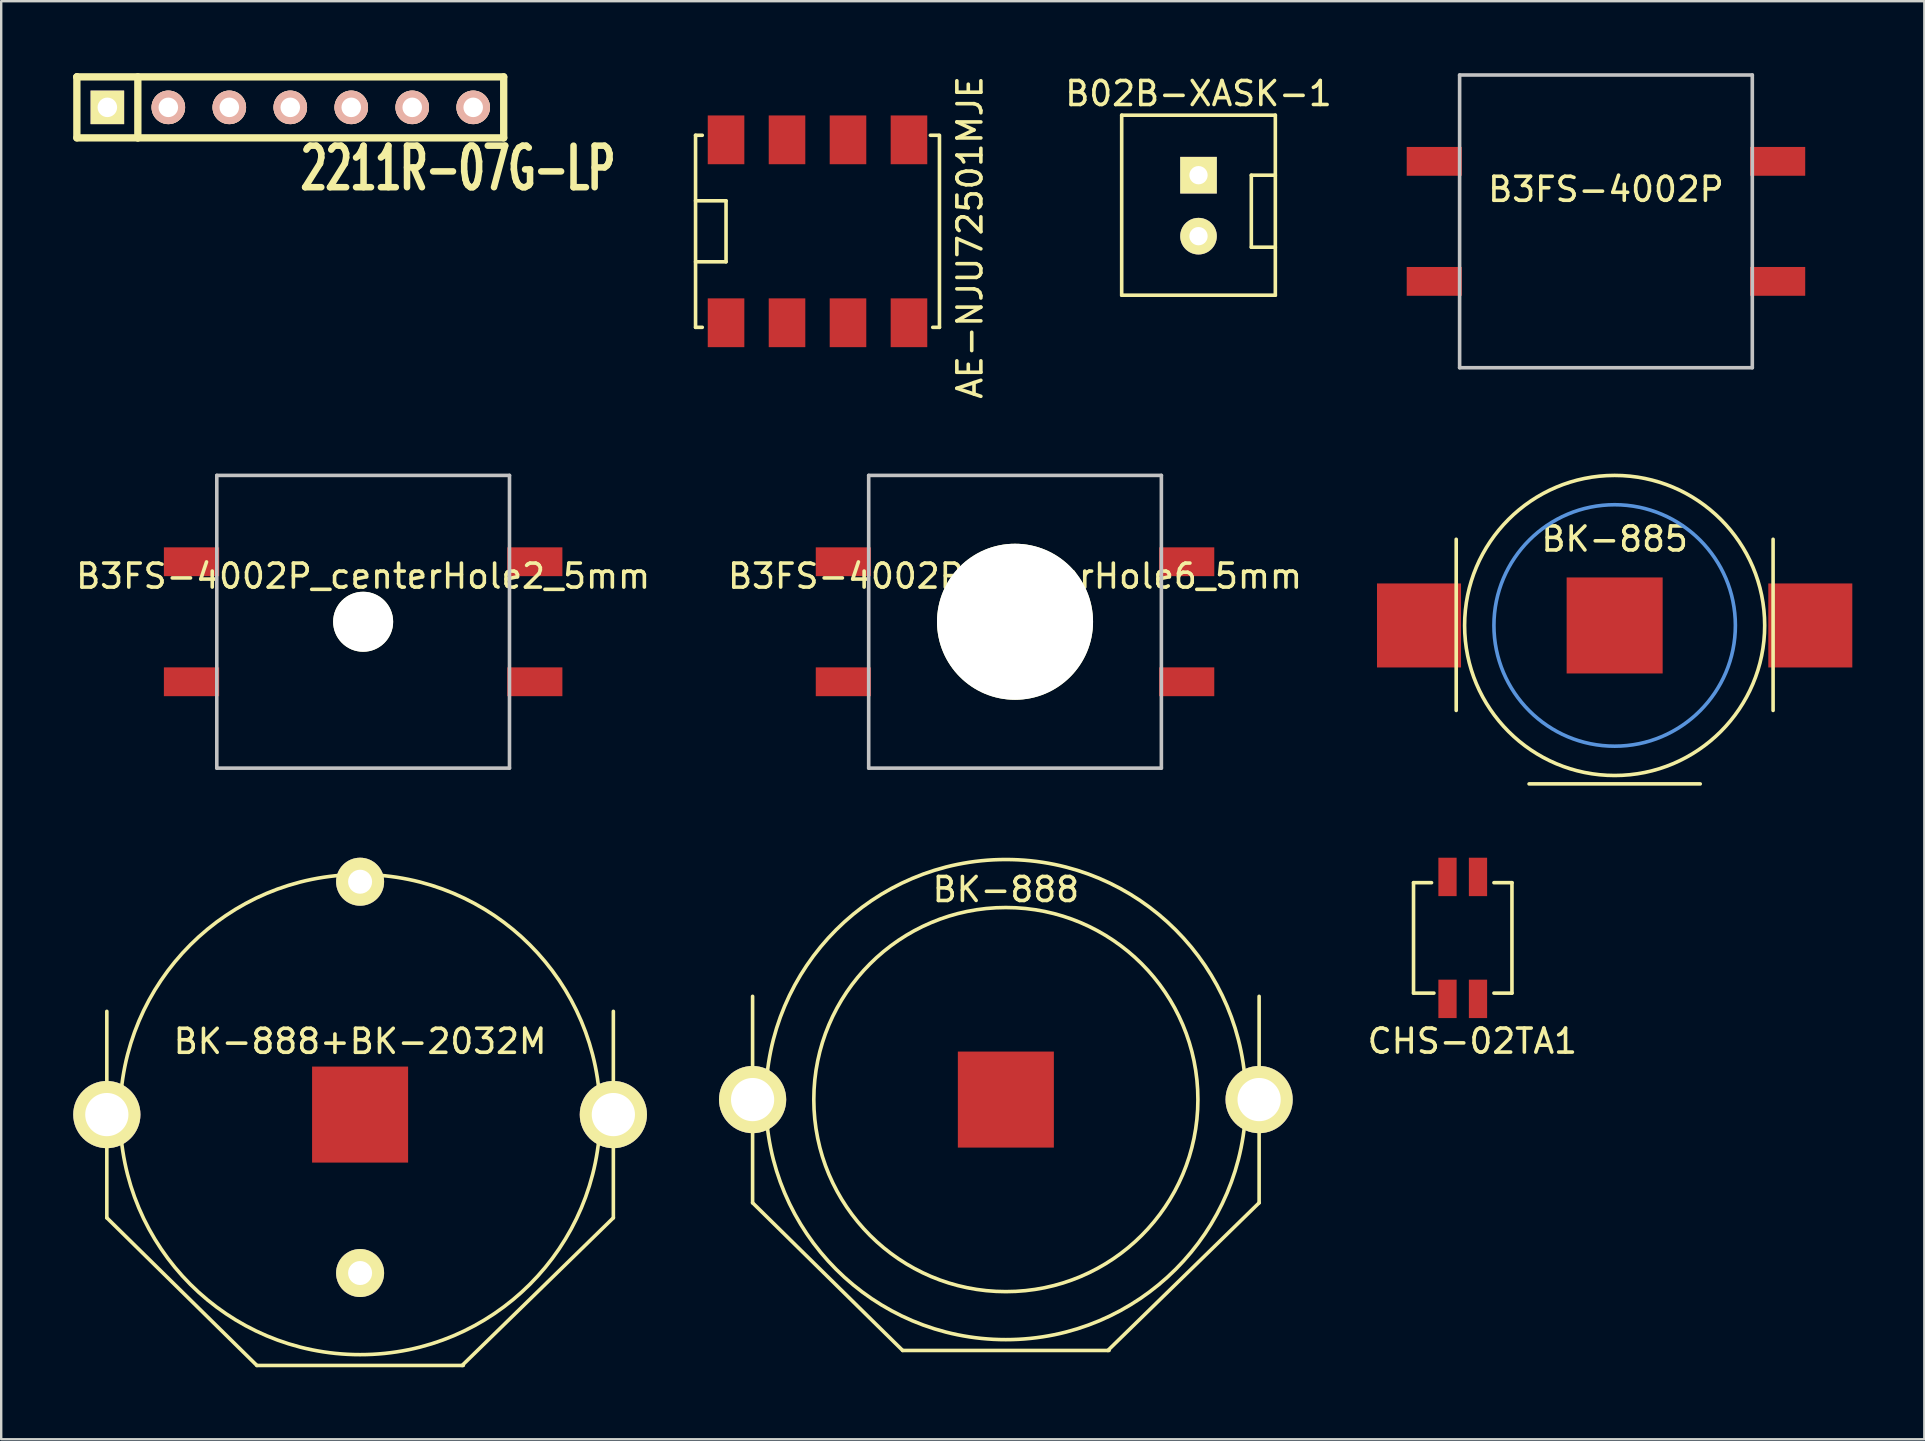
<source format=kicad_pcb>
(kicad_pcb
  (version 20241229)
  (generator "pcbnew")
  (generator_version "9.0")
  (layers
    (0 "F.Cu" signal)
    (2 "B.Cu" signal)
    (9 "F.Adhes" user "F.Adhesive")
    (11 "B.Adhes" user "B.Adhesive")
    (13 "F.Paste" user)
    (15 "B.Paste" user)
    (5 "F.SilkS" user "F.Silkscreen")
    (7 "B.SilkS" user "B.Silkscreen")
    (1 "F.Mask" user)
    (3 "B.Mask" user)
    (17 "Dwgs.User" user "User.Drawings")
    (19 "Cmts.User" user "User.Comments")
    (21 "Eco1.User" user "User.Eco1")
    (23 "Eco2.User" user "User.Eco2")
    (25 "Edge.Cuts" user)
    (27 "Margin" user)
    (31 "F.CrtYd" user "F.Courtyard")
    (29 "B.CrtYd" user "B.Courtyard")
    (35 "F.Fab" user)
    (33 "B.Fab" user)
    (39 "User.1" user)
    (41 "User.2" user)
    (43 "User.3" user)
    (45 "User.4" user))
  (footprint "AE-NJU72501MJE"
    (layer "F.Cu")
    (at 31.004 6.585)
    (property "Reference" "AE-NJU72501MJE" (at 6.35 0.254 90) (layer "F.SilkS") (effects (font (size 1 1) (thickness 0.15))))
    (attr smd)
    (fp_line (start -5.08 -4) (end -5.08 4) (stroke (width 0.15) (type solid)) (layer "F.SilkS"))
    (fp_line (start -5.08 -1.27) (end -3.81 -1.27) (stroke (width 0.15) (type solid)) (layer "F.SilkS"))
    (fp_line (start -5.08 4) (end -4.8 4) (stroke (width 0.15) (type solid)) (layer "F.SilkS"))
    (fp_line (start -4.8 -4) (end -5.08 -4) (stroke (width 0.15) (type solid)) (layer "F.SilkS"))
    (fp_line (start -3.81 -1.27) (end -3.81 1.27) (stroke (width 0.15) (type solid)) (layer "F.SilkS"))
    (fp_line (start -3.81 1.27) (end -5.08 1.27) (stroke (width 0.15) (type solid)) (layer "F.SilkS"))
    (fp_line (start 4.7 -4) (end 5.04 -4) (stroke (width 0.15) (type solid)) (layer "F.SilkS"))
    (fp_line (start 4.8 4) (end 5.08 4) (stroke (width 0.15) (type solid)) (layer "F.SilkS"))
    (fp_line (start 5.08 4) (end 5.08 -4) (stroke (width 0.15) (type solid)) (layer "F.SilkS"))
    (pad "1" smd rect (at -3.81 3.81) (size 1.524 2.032) (layers "F.Cu" "F.Mask" "F.Paste"))
    (pad "2" smd rect (at -1.27 3.81) (size 1.524 2.032) (layers "F.Cu" "F.Mask" "F.Paste"))
    (pad "3" smd rect (at 1.27 3.81) (size 1.524 2.032) (layers "F.Cu" "F.Mask" "F.Paste"))
    (pad "4" smd rect (at 3.81 3.81) (size 1.524 2.032) (layers "F.Cu" "F.Mask" "F.Paste"))
    (pad "5" smd rect (at 3.81 -3.81) (size 1.524 2.032) (layers "F.Cu" "F.Mask" "F.Paste"))
    (pad "6" smd rect (at 1.27 -3.81) (size 1.524 2.032) (layers "F.Cu" "F.Mask" "F.Paste"))
    (pad "7" smd rect (at -1.27 -3.81) (size 1.524 2.032) (layers "F.Cu" "F.Mask" "F.Paste"))
    (pad "8" smd rect (at -3.81 -3.81) (size 1.524 2.032) (layers "F.Cu" "F.Mask" "F.Paste")))
  (footprint "B02B-XASK-1"
    (layer "F.Cu")
    (at 46.875 4.248)
    (property "Reference" "B02B-XASK-1" (at 0 -3.4 0) (layer "F.SilkS") (effects (font (size 1 1) (thickness 0.15))))
    (attr through_hole)
    (fp_line (start -3.2 -2.5) (end 3.2 -2.5) (stroke (width 0.15) (type solid)) (layer "F.SilkS"))
    (fp_line (start -3.2 5) (end -3.2 -2.5) (stroke (width 0.15) (type solid)) (layer "F.SilkS"))
    (fp_line (start 2.2 0) (end 2.2 3) (stroke (width 0.15) (type solid)) (layer "F.SilkS"))
    (fp_line (start 2.2 3) (end 3.2 3) (stroke (width 0.15) (type solid)) (layer "F.SilkS"))
    (fp_line (start 3.2 -2.5) (end 3.2 5) (stroke (width 0.15) (type solid)) (layer "F.SilkS"))
    (fp_line (start 3.2 0) (end 2.2 0) (stroke (width 0.15) (type solid)) (layer "F.SilkS"))
    (fp_line (start 3.2 5) (end -3.2 5) (stroke (width 0.15) (type solid)) (layer "F.SilkS"))
    (pad "1" thru_hole rect (at 0 0) (size 1.524 1.524) (drill 0.762) (layers "*.Cu" "*.Mask" "F.SilkS"))
    (pad "2" thru_hole circle (at 0 2.54) (size 1.524 1.524) (drill 0.762) (layers "*.Cu" "*.Mask" "F.SilkS")))
  (footprint "B3FS-4002P_centerHole2_5mm"
    (layer "F.Cu")
    (at 12.077 22.85)
    (property "Reference" "B3FS-4002P_centerHole2_5mm" (at 0 -1.9 0) (layer "F.SilkS") (effects (font (size 1 1) (thickness 0.15))))
    (attr through_hole)
    (fp_line (start -6.096 -6.096) (end -6.096 6.096) (stroke (width 0.15) (type solid)) (layer "Dwgs.User"))
    (fp_line (start -6.096 6.096) (end 6.096 6.096) (stroke (width 0.15) (type solid)) (layer "Dwgs.User"))
    (fp_line (start 6.096 -6.096) (end -6.096 -6.096) (stroke (width 0.15) (type solid)) (layer "Dwgs.User"))
    (fp_line (start 6.096 -6.096) (end 6.096 6.096) (stroke (width 0.15) (type solid)) (layer "Dwgs.User"))
    (pad "" np_thru_hole circle (at 0 0) (size 2.5 2.5) (drill 2.5) (layers "*.Cu" "*.Mask" "F.SilkS"))
    (pad "1" smd rect (at -7.15 2.5) (size 2.3 1.2) (layers "F.Cu" "F.Mask" "F.Paste"))
    (pad "1" smd rect (at 7.15 2.5) (size 2.3 1.2) (layers "F.Cu" "F.Mask" "F.Paste"))
    (pad "2" smd rect (at -7.15 -2.5) (size 2.3 1.2) (layers "F.Cu" "F.Mask" "F.Paste"))
    (pad "2" smd rect (at 7.15 -2.5) (size 2.3 1.2) (layers "F.Cu" "F.Mask" "F.Paste")))
  (footprint "B3FS-4002P"
    (layer "F.Cu")
    (at 63.848 6.171)
    (property "Reference" "B3FS-4002P" (at 0 -1.333 0) (layer "F.SilkS") (effects (font (size 1 1) (thickness 0.15))))
    (attr through_hole)
    (fp_line (start -6.096 -6.096) (end -6.096 6.096) (stroke (width 0.15) (type solid)) (layer "Dwgs.User"))
    (fp_line (start -6.096 6.096) (end 6.096 6.096) (stroke (width 0.15) (type solid)) (layer "Dwgs.User"))
    (fp_line (start 6.096 -6.096) (end -6.096 -6.096) (stroke (width 0.15) (type solid)) (layer "Dwgs.User"))
    (fp_line (start 6.096 -6.096) (end 6.096 6.096) (stroke (width 0.15) (type solid)) (layer "Dwgs.User"))
    (pad "1" smd rect (at -7.15 2.5) (size 2.3 1.2) (layers "F.Cu" "F.Mask" "F.Paste"))
    (pad "1" smd rect (at 7.15 2.5) (size 2.3 1.2) (layers "F.Cu" "F.Mask" "F.Paste"))
    (pad "2" smd rect (at -7.15 -2.5) (size 2.3 1.2) (layers "F.Cu" "F.Mask" "F.Paste"))
    (pad "2" smd rect (at 7.15 -2.5) (size 2.3 1.2) (layers "F.Cu" "F.Mask" "F.Paste")))
  (footprint "BK-885"
    (layer "F.Cu")
    (at 64.21 23.004)
    (property "Reference" "BK-885" (at 0 -3.6 0) (layer "F.SilkS") (effects (font (size 1 1) (thickness 0.15))))
    (attr through_hole)
    (fp_line (start -6.6 3.54) (end -6.6 -3.59) (stroke (width 0.15) (type solid)) (layer "F.SilkS"))
    (fp_line (start -3.565 6.6) (end 3.565 6.6) (stroke (width 0.15) (type solid)) (layer "F.SilkS"))
    (fp_line (start 6.6 3.54) (end 6.6 -3.59) (stroke (width 0.15) (type solid)) (layer "F.SilkS"))
    (fp_circle (center 0 0) (end 0 -6.25) (stroke (width 0.15) (type solid)) (fill no) (layer "F.SilkS"))
    (fp_circle (center 0 0) (end 0 5.029) (stroke (width 0.15) (type solid)) (fill no) (layer "Cmts.User"))
    (pad "1" smd rect (at -8.15 0) (size 3.5 3.5) (layers "F.Cu" "F.Mask" "F.Paste"))
    (pad "1" smd rect (at 8.15 0) (size 3.5 3.5) (layers "F.Cu" "F.Mask" "F.Paste"))
    (pad "2" smd rect (at 0 0) (size 4 4) (layers "F.Cu" "F.Mask" "F.Paste")))
  (footprint "BK-888+BK-2032M"
    (layer "F.Cu")
    (at 11.95 43.379)
    (property "Reference" "BK-888+BK-2032M" (at 0 -3.05 0) (layer "F.SilkS") (effects (font (size 1 1) (thickness 0.15))))
    (attr through_hole)
    (fp_line (start -10.55 4.3) (end -10.55 -4.3) (stroke (width 0.15) (type solid)) (layer "F.SilkS"))
    (fp_line (start -10.55 4.3) (end -4.3 10.45) (stroke (width 0.15) (type solid)) (layer "F.SilkS"))
    (fp_line (start -4.3 10.45) (end 4.3 10.45) (stroke (width 0.15) (type solid)) (layer "F.SilkS"))
    (fp_line (start 10.55 4.3) (end 4.25 10.45) (stroke (width 0.15) (type solid)) (layer "F.SilkS"))
    (fp_line (start 10.55 4.3) (end 10.55 -4.3) (stroke (width 0.15) (type solid)) (layer "F.SilkS"))
    (fp_circle (center 0 0) (end 0 -10) (stroke (width 0.15) (type solid)) (fill no) (layer "F.SilkS"))
    (pad "1" thru_hole circle (at -10.55 0) (size 2.8 2.8) (drill 1.8) (layers "*.Cu" "*.Mask" "F.SilkS"))
    (pad "1" thru_hole circle (at 10.55 0) (size 2.8 2.8) (drill 1.8) (layers "*.Cu" "*.Mask" "F.SilkS"))
    (pad "2" thru_hole circle (at 0 -9.7) (size 2 2) (drill 1) (layers "*.Cu" "*.Mask" "F.SilkS"))
    (pad "2" smd rect (at 0 0) (size 4 4) (layers "F.Cu" "F.Mask" "F.Paste"))
    (pad "2" thru_hole circle (at 0 6.6) (size 2 2) (drill 1) (layers "*.Cu" "*.Mask" "F.SilkS")))
  (footprint "CHS-02TA1"
    (layer "F.Cu")
    (at 57.882 36.019)
    (property "Reference" "CHS-02TA1" (at 0.4 4.3 0) (layer "F.SilkS") (effects (font (size 1 1) (thickness 0.15))))
    (attr through_hole)
    (fp_line (start -2.05 -2.3) (end -2.05 2.3) (stroke (width 0.15) (type solid)) (layer "F.SilkS"))
    (fp_line (start -2.05 2.3) (end -1.2 2.3) (stroke (width 0.15) (type solid)) (layer "F.SilkS"))
    (fp_line (start -1.3 -2.3) (end -2.05 -2.3) (stroke (width 0.15) (type solid)) (layer "F.SilkS"))
    (fp_line (start 1.3 -2.3) (end 2.05 -2.3) (stroke (width 0.15) (type solid)) (layer "F.SilkS"))
    (fp_line (start 2.05 -2.3) (end 2.05 2.3) (stroke (width 0.15) (type solid)) (layer "F.SilkS"))
    (fp_line (start 2.05 2.3) (end 1.3 2.3) (stroke (width 0.15) (type solid)) (layer "F.SilkS"))
    (pad "1" smd rect (at -0.635 2.54) (size 0.76 1.6) (layers "F.Cu" "F.Mask" "F.Paste"))
    (pad "2" smd rect (at -0.635 -2.54) (size 0.76 1.6) (layers "F.Cu" "F.Mask" "F.Paste"))
    (pad "3" smd rect (at 0.635 2.54) (size 0.76 1.6) (layers "F.Cu" "F.Mask" "F.Paste"))
    (pad "4" smd rect (at 0.635 -2.54) (size 0.76 1.6) (layers "F.Cu" "F.Mask" "F.Paste")))
  (footprint "2211R-07G-LP"
    (layer "F.Cu")
    (at 9.042 1.422)
    (property "Reference" "2211R-07G-LP" (at 6.985 2.54 0) (layer "F.SilkS") (effects (font (size 1.73 1.087) (thickness 0.272))))
    (attr through_hole)
    (fp_line (start -8.89 -1.27) (end -8.89 -1.27) (stroke (width 0.305) (type solid)) (layer "F.SilkS"))
    (fp_line (start -8.89 -1.27) (end 8.89 -1.27) (stroke (width 0.305) (type solid)) (layer "F.SilkS"))
    (fp_line (start -8.89 1.27) (end -8.89 -1.27) (stroke (width 0.305) (type solid)) (layer "F.SilkS"))
    (fp_line (start -6.35 1.27) (end -6.35 -1.27) (stroke (width 0.305) (type solid)) (layer "F.SilkS"))
    (fp_line (start -6.35 1.27) (end -6.35 1.27) (stroke (width 0.305) (type solid)) (layer "F.SilkS"))
    (fp_line (start 8.89 -1.27) (end 8.89 1.27) (stroke (width 0.305) (type solid)) (layer "F.SilkS"))
    (fp_line (start 8.89 1.27) (end -8.89 1.27) (stroke (width 0.305) (type solid)) (layer "F.SilkS"))
    (pad "1" thru_hole rect (at -7.62 0) (size 1.397 1.397) (drill 0.813) (layers "*.Cu" "*.Mask" "F.SilkS"))
    (pad "2" thru_hole circle (at -5.08 0) (size 1.397 1.397) (drill 0.813) (layers "*.Cu" "*.SilkS" "*.Mask"))
    (pad "3" thru_hole circle (at -2.54 0) (size 1.397 1.397) (drill 0.813) (layers "*.Cu" "*.SilkS" "*.Mask"))
    (pad "4" thru_hole circle (at 0 0) (size 1.397 1.397) (drill 0.813) (layers "*.Cu" "*.SilkS" "*.Mask"))
    (pad "5" thru_hole circle (at 2.54 0) (size 1.397 1.397) (drill 0.813) (layers "*.Cu" "*.SilkS" "*.Mask"))
    (pad "6" thru_hole circle (at 5.08 0) (size 1.397 1.397) (drill 0.813) (layers "*.Cu" "*.SilkS" "*.Mask"))
    (pad "7" thru_hole circle (at 7.62 0) (size 1.397 1.397) (drill 0.813) (layers "*.Cu" "*.SilkS" "*.Mask")))
  (footprint "BK-888"
    (layer "F.Cu")
    (at 38.85 42.754)
    (property "Reference" "BK-888" (at 0 -8.75 0) (layer "F.SilkS") (effects (font (size 1 1) (thickness 0.15))))
    (attr through_hole)
    (fp_line (start -10.55 4.3) (end -10.55 -4.3) (stroke (width 0.15) (type solid)) (layer "F.SilkS"))
    (fp_line (start -10.55 4.3) (end -4.3 10.45) (stroke (width 0.15) (type solid)) (layer "F.SilkS"))
    (fp_line (start -4.3 10.45) (end 4.3 10.45) (stroke (width 0.15) (type solid)) (layer "F.SilkS"))
    (fp_line (start 10.55 4.3) (end 4.25 10.45) (stroke (width 0.15) (type solid)) (layer "F.SilkS"))
    (fp_line (start 10.55 4.3) (end 10.55 -4.3) (stroke (width 0.15) (type solid)) (layer "F.SilkS"))
    (fp_circle (center 0 0) (end 0 -10) (stroke (width 0.15) (type solid)) (fill no) (layer "F.SilkS"))
    (fp_circle (center 0 0) (end 8 0) (stroke (width 0.15) (type solid)) (fill no) (layer "F.SilkS"))
    (pad "1" thru_hole circle (at -10.55 0) (size 2.8 2.8) (drill 1.8) (layers "*.Cu" "*.Mask" "F.SilkS"))
    (pad "1" thru_hole circle (at 10.55 0) (size 2.8 2.8) (drill 1.8) (layers "*.Cu" "*.Mask" "F.SilkS"))
    (pad "2" smd rect (at 0 0) (size 4 4) (layers "F.Cu" "F.Mask" "F.Paste")))
  (footprint "B3FS-4002P_centerHole6_5mm"
    (layer "F.Cu")
    (at 39.232 22.85)
    (property "Reference" "B3FS-4002P_centerHole6_5mm" (at 0 -1.9 0) (layer "F.SilkS") (effects (font (size 1 1) (thickness 0.15))))
    (attr through_hole)
    (fp_line (start -6.096 -6.096) (end -6.096 6.096) (stroke (width 0.15) (type solid)) (layer "Dwgs.User"))
    (fp_line (start -6.096 6.096) (end 6.096 6.096) (stroke (width 0.15) (type solid)) (layer "Dwgs.User"))
    (fp_line (start 6.096 -6.096) (end -6.096 -6.096) (stroke (width 0.15) (type solid)) (layer "Dwgs.User"))
    (fp_line (start 6.096 -6.096) (end 6.096 6.096) (stroke (width 0.15) (type solid)) (layer "Dwgs.User"))
    (pad "" np_thru_hole circle (at 0 0) (size 6.5 6.5) (drill 6.5) (layers "*.Cu" "*.Mask" "F.SilkS"))
    (pad "1" smd rect (at -7.15 2.5) (size 2.3 1.2) (layers "F.Cu" "F.Mask" "F.Paste"))
    (pad "1" smd rect (at 7.15 2.5) (size 2.3 1.2) (layers "F.Cu" "F.Mask" "F.Paste"))
    (pad "2" smd rect (at -7.15 -2.5) (size 2.3 1.2) (layers "F.Cu" "F.Mask" "F.Paste"))
    (pad "2" smd rect (at 7.15 -2.5) (size 2.3 1.2) (layers "F.Cu" "F.Mask" "F.Paste")))
  (gr_rect
    (start -3 -3)
    (end 77.11 56.904)
    (stroke (width 0.1) (type default))
    (fill no)
    (layer "Edge.Cuts")))
</source>
